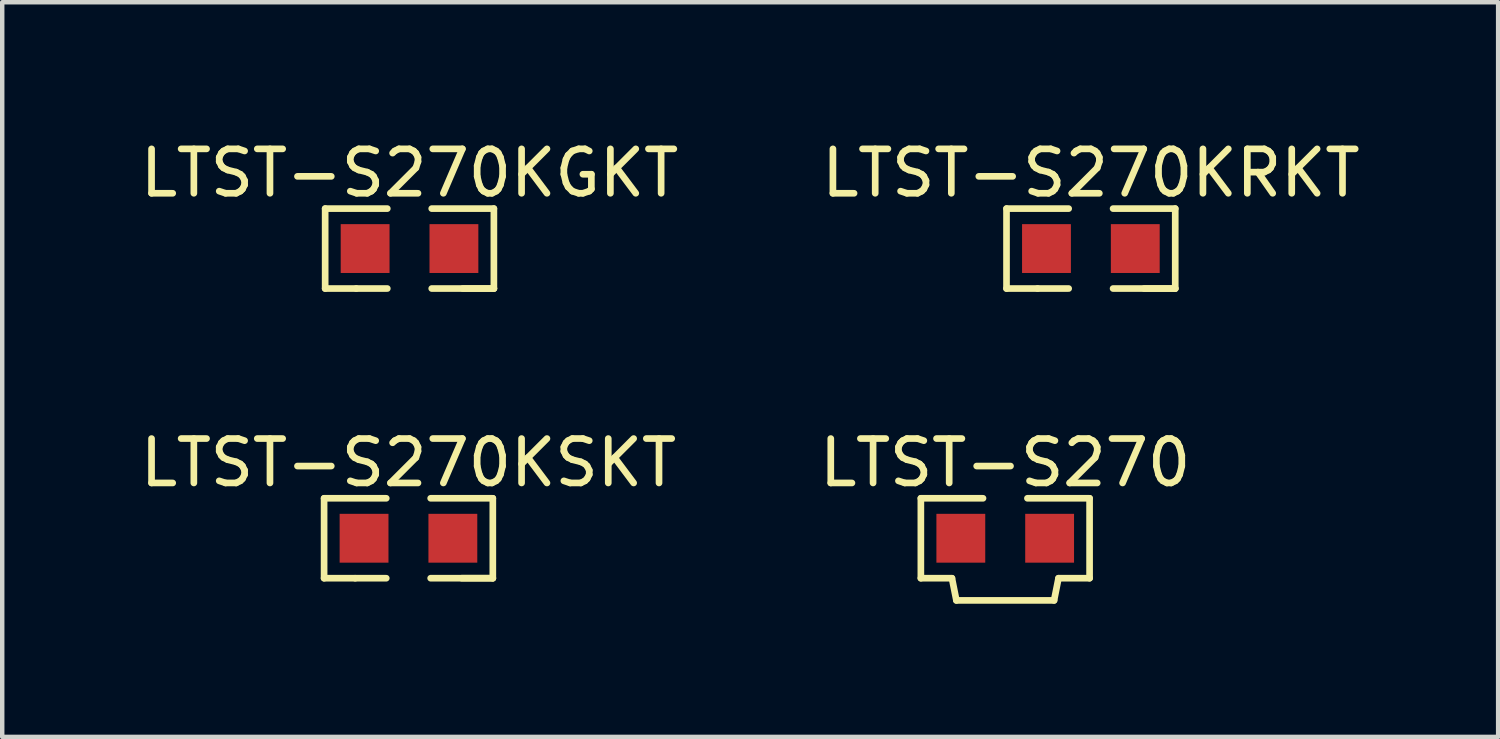
<source format=kicad_pcb>
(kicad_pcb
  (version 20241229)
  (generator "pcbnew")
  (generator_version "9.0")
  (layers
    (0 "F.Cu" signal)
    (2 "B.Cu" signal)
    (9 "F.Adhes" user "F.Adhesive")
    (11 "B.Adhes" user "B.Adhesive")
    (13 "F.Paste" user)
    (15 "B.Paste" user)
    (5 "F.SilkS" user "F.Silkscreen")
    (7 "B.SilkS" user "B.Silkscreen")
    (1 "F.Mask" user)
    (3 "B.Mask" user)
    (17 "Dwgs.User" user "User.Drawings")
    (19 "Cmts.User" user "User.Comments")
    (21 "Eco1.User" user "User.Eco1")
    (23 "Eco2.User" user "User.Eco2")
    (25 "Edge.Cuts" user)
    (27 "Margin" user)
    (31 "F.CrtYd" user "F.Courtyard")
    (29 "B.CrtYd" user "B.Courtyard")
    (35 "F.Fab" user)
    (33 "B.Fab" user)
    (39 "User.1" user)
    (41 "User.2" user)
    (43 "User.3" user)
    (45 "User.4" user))
  (footprint "LTST-S270"
    (layer "F.Cu")
    (at 19.589 9.072)
    (property "Reference" "LTST-S270" (at 0 -1.7 0) (layer "F.SilkS") (effects (font (size 1 1) (thickness 0.15))))
    (attr through_hole)
    (fp_line (start -1.9 -0.9) (end -1.9 0.9) (stroke (width 0.15) (type solid)) (layer "F.SilkS"))
    (fp_line (start -1.2 0.9) (end -1.9 0.9) (stroke (width 0.15) (type solid)) (layer "F.SilkS"))
    (fp_line (start -1.2 0.9) (end -1.1 1.4) (stroke (width 0.15) (type solid)) (layer "F.SilkS"))
    (fp_line (start -1.1 1.4) (end 1.1 1.4) (stroke (width 0.15) (type solid)) (layer "F.SilkS"))
    (fp_line (start -0.5 -0.9) (end -1.9 -0.9) (stroke (width 0.15) (type solid)) (layer "F.SilkS"))
    (fp_line (start 0.5 -0.9) (end 1.9 -0.9) (stroke (width 0.15) (type solid)) (layer "F.SilkS"))
    (fp_line (start 1.1 1.4) (end 1.2 0.9) (stroke (width 0.15) (type solid)) (layer "F.SilkS"))
    (fp_line (start 1.9 -0.9) (end 1.9 0.9) (stroke (width 0.15) (type solid)) (layer "F.SilkS"))
    (fp_line (start 1.9 0.9) (end 1.2 0.9) (stroke (width 0.15) (type solid)) (layer "F.SilkS"))
    (pad "1" smd rect (at -1 0) (size 1.1 1.1) (layers "F.Cu" "F.Mask" "F.Paste"))
    (pad "2" smd rect (at 1 0) (size 1.1 1.1) (layers "F.Cu" "F.Mask" "F.Paste")))
  (footprint "LTST-S270KGKT"
    (layer "F.Cu")
    (at 6.173 2.548)
    (property "Reference" "LTST-S270KGKT" (at 0 -1.7 0) (layer "F.SilkS") (effects (font (size 1 1) (thickness 0.15))))
    (attr through_hole)
    (fp_line (start -1.9 -0.9) (end -1.9 0.9) (stroke (width 0.15) (type solid)) (layer "F.SilkS"))
    (fp_line (start -1.2 0.9) (end -1.9 0.9) (stroke (width 0.15) (type solid)) (layer "F.SilkS"))
    (fp_line (start -1.2 0.9) (end -0.5 0.9) (stroke (width 0.15) (type solid)) (layer "F.SilkS"))
    (fp_line (start -0.5 -0.9) (end -1.9 -0.9) (stroke (width 0.15) (type solid)) (layer "F.SilkS"))
    (fp_line (start 0.5 -0.9) (end 1.9 -0.9) (stroke (width 0.15) (type solid)) (layer "F.SilkS"))
    (fp_line (start 1.9 -0.9) (end 1.9 0.9) (stroke (width 0.15) (type solid)) (layer "F.SilkS"))
    (fp_line (start 1.9 0.9) (end 0.5 0.9) (stroke (width 0.15) (type solid)) (layer "F.SilkS"))
    (fp_line (start 1.9 0.9) (end 1.2 0.9) (stroke (width 0.15) (type solid)) (layer "F.SilkS"))
    (pad "1" smd rect (at -1 0) (size 1.1 1.1) (layers "F.Cu" "F.Mask" "F.Paste"))
    (pad "2" smd rect (at 1 0) (size 1.1 1.1) (layers "F.Cu" "F.Mask" "F.Paste")))
  (footprint "LTST-S270KRKT"
    (layer "F.Cu")
    (at 21.518 2.548)
    (property "Reference" "LTST-S270KRKT" (at 0 -1.7 0) (layer "F.SilkS") (effects (font (size 1 1) (thickness 0.15))))
    (attr through_hole)
    (fp_line (start -1.9 -0.9) (end -1.9 0.9) (stroke (width 0.15) (type solid)) (layer "F.SilkS"))
    (fp_line (start -1.2 0.9) (end -1.9 0.9) (stroke (width 0.15) (type solid)) (layer "F.SilkS"))
    (fp_line (start -1.2 0.9) (end -0.5 0.9) (stroke (width 0.15) (type solid)) (layer "F.SilkS"))
    (fp_line (start -0.5 -0.9) (end -1.9 -0.9) (stroke (width 0.15) (type solid)) (layer "F.SilkS"))
    (fp_line (start 0.5 -0.9) (end 1.9 -0.9) (stroke (width 0.15) (type solid)) (layer "F.SilkS"))
    (fp_line (start 1.9 -0.9) (end 1.9 0.9) (stroke (width 0.15) (type solid)) (layer "F.SilkS"))
    (fp_line (start 1.9 0.9) (end 0.5 0.9) (stroke (width 0.15) (type solid)) (layer "F.SilkS"))
    (fp_line (start 1.9 0.9) (end 1.2 0.9) (stroke (width 0.15) (type solid)) (layer "F.SilkS"))
    (pad "1" smd rect (at -1 0) (size 1.1 1.1) (layers "F.Cu" "F.Mask" "F.Paste"))
    (pad "2" smd rect (at 1 0) (size 1.1 1.1) (layers "F.Cu" "F.Mask" "F.Paste")))
  (footprint "LTST-S270KSKT"
    (layer "F.Cu")
    (at 6.149 9.072)
    (property "Reference" "LTST-S270KSKT" (at 0 -1.7 0) (layer "F.SilkS") (effects (font (size 1 1) (thickness 0.15))))
    (attr through_hole)
    (fp_line (start -1.9 -0.9) (end -1.9 0.9) (stroke (width 0.15) (type solid)) (layer "F.SilkS"))
    (fp_line (start -1.2 0.9) (end -1.9 0.9) (stroke (width 0.15) (type solid)) (layer "F.SilkS"))
    (fp_line (start -1.2 0.9) (end -0.5 0.9) (stroke (width 0.15) (type solid)) (layer "F.SilkS"))
    (fp_line (start -0.5 -0.9) (end -1.9 -0.9) (stroke (width 0.15) (type solid)) (layer "F.SilkS"))
    (fp_line (start 0.5 -0.9) (end 1.9 -0.9) (stroke (width 0.15) (type solid)) (layer "F.SilkS"))
    (fp_line (start 1.9 -0.9) (end 1.9 0.9) (stroke (width 0.15) (type solid)) (layer "F.SilkS"))
    (fp_line (start 1.9 0.9) (end 0.5 0.9) (stroke (width 0.15) (type solid)) (layer "F.SilkS"))
    (fp_line (start 1.9 0.9) (end 1.2 0.9) (stroke (width 0.15) (type solid)) (layer "F.SilkS"))
    (pad "1" smd rect (at -1 0) (size 1.1 1.1) (layers "F.Cu" "F.Mask" "F.Paste"))
    (pad "2" smd rect (at 1 0) (size 1.1 1.1) (layers "F.Cu" "F.Mask" "F.Paste")))
  (gr_rect
    (start -3 -3)
    (end 30.69 13.546)
    (stroke (width 0.1) (type default))
    (fill no)
    (layer "Edge.Cuts")))
</source>
